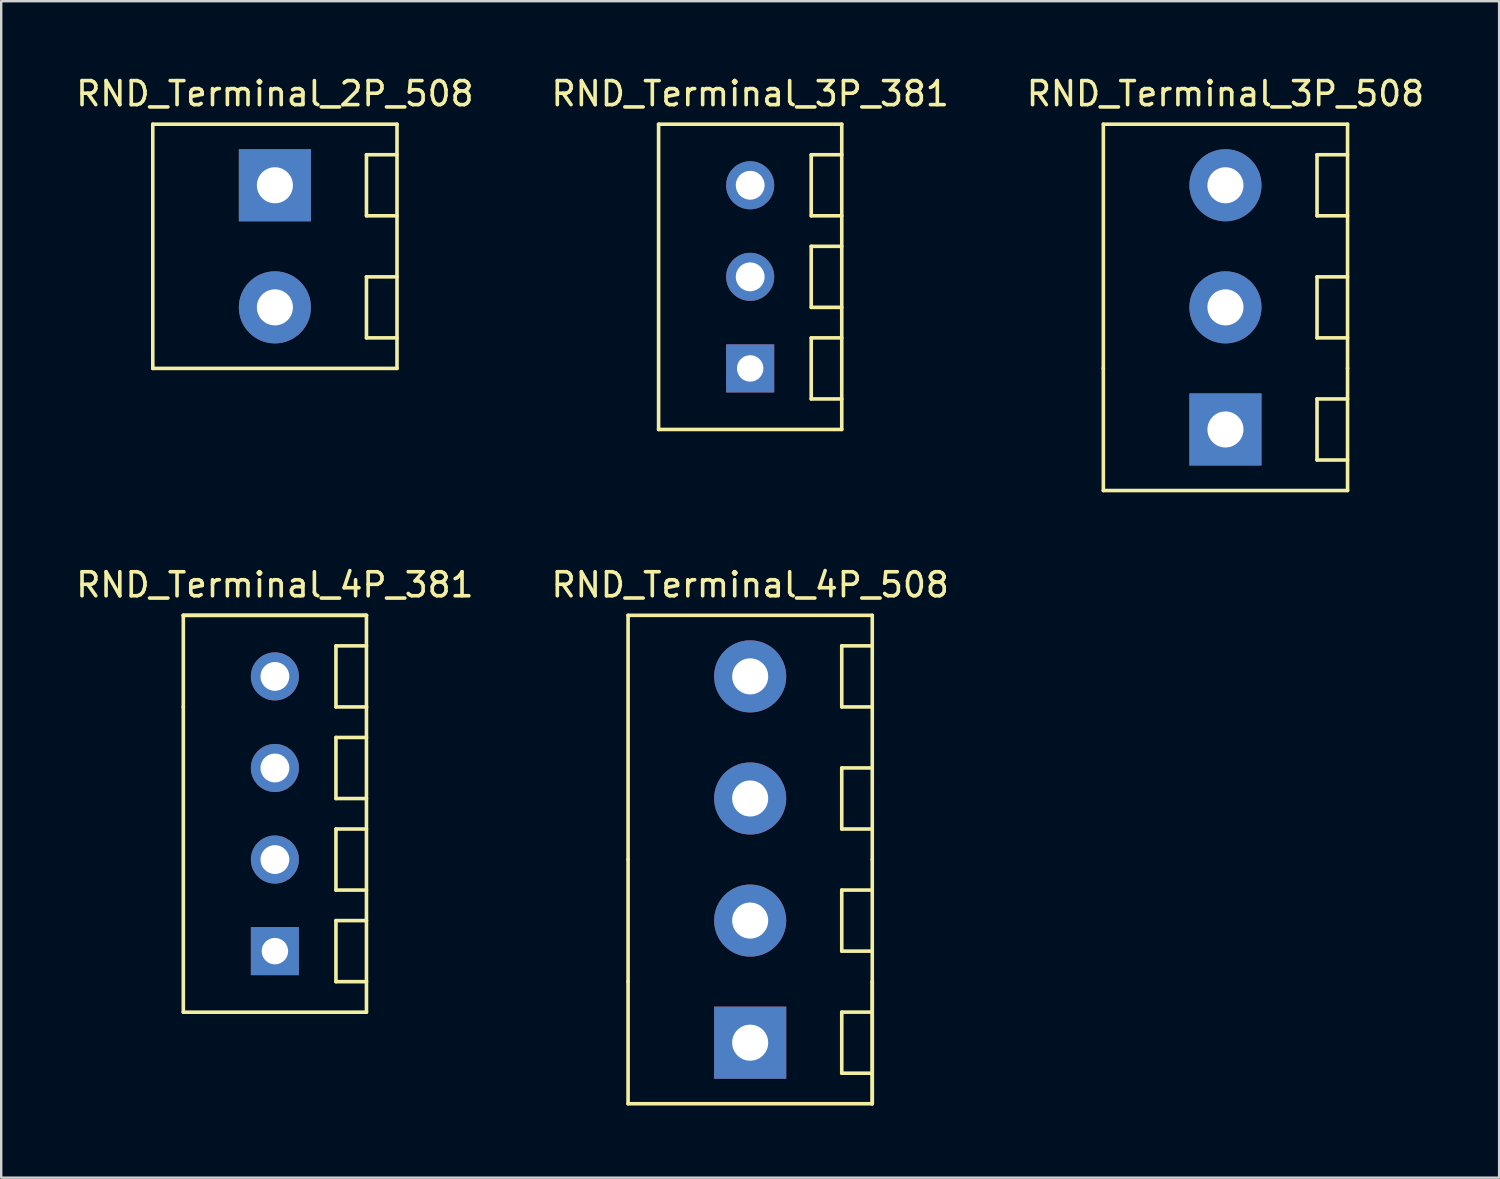
<source format=kicad_pcb>
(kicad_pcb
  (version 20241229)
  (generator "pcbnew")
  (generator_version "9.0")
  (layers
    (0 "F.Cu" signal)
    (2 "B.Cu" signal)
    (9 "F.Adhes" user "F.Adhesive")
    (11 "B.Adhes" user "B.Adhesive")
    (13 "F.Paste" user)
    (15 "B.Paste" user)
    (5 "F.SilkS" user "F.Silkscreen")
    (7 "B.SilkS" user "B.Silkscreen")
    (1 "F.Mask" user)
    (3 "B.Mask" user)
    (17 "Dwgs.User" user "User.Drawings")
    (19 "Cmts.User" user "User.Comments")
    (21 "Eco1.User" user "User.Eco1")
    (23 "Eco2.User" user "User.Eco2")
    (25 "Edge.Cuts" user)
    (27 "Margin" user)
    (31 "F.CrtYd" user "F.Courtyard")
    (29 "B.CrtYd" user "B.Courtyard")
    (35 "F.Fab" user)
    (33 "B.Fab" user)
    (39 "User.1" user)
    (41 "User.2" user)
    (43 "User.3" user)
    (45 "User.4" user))
  (footprint "RND_Terminal_3P_508"
    (layer "F.Cu")
    (at 47.935 7.198)
    (property "Reference" "RND_Terminal_3P_508" (at 0 -6.35 0) (layer "F.SilkS") (effects (font (size 1 1) (thickness 0.15))))
    (attr through_hole)
    (fp_line (start -5.08 -5.08) (end 5.08 -5.08) (stroke (width 0.15) (type solid)) (layer "F.SilkS"))
    (fp_line (start -5.08 5.08) (end -5.08 -5.08) (stroke (width 0.15) (type solid)) (layer "F.SilkS"))
    (fp_line (start -5.08 5.08) (end -5.08 10.16) (stroke (width 0.15) (type solid)) (layer "F.SilkS"))
    (fp_line (start 3.81 -3.81) (end 3.81 -1.27) (stroke (width 0.15) (type solid)) (layer "F.SilkS"))
    (fp_line (start 3.81 -1.27) (end 5.08 -1.27) (stroke (width 0.15) (type solid)) (layer "F.SilkS"))
    (fp_line (start 3.81 1.27) (end 3.81 3.81) (stroke (width 0.15) (type solid)) (layer "F.SilkS"))
    (fp_line (start 3.81 3.81) (end 5.08 3.81) (stroke (width 0.15) (type solid)) (layer "F.SilkS"))
    (fp_line (start 3.81 6.35) (end 3.81 8.89) (stroke (width 0.15) (type solid)) (layer "F.SilkS"))
    (fp_line (start 3.81 8.89) (end 5.08 8.89) (stroke (width 0.15) (type solid)) (layer "F.SilkS"))
    (fp_line (start 5.08 -5.08) (end 5.08 5.08) (stroke (width 0.15) (type solid)) (layer "F.SilkS"))
    (fp_line (start 5.08 -3.81) (end 3.81 -3.81) (stroke (width 0.15) (type solid)) (layer "F.SilkS"))
    (fp_line (start 5.08 1.27) (end 3.81 1.27) (stroke (width 0.15) (type solid)) (layer "F.SilkS"))
    (fp_line (start 5.08 5.08) (end 5.08 10.16) (stroke (width 0.15) (type solid)) (layer "F.SilkS"))
    (fp_line (start 5.08 6.35) (end 3.81 6.35) (stroke (width 0.15) (type solid)) (layer "F.SilkS"))
    (fp_line (start 5.08 10.16) (end -5.08 10.16) (stroke (width 0.15) (type solid)) (layer "F.SilkS"))
    (pad "1" thru_hole circle (at 0 -2.54) (size 3 3) (drill 1.5) (layers "*.Cu" "*.Mask"))
    (pad "2" thru_hole circle (at 0 2.54) (size 3 3) (drill 1.5) (layers "*.Cu" "*.Mask"))
    (pad "3" thru_hole rect (at 0 7.62) (size 3 3) (drill 1.5) (layers "*.Cu" "*.Mask")))
  (footprint "RND_Terminal_2P_508"
    (layer "F.Cu")
    (at 8.387 7.198)
    (property "Reference" "RND_Terminal_2P_508" (at 0 -6.35 0) (layer "F.SilkS") (effects (font (size 1 1) (thickness 0.15))))
    (attr through_hole)
    (fp_line (start -5.08 -5.08) (end 5.08 -5.08) (stroke (width 0.15) (type solid)) (layer "F.SilkS"))
    (fp_line (start -5.08 5.08) (end -5.08 -5.08) (stroke (width 0.15) (type solid)) (layer "F.SilkS"))
    (fp_line (start 3.81 -3.81) (end 3.81 -1.27) (stroke (width 0.15) (type solid)) (layer "F.SilkS"))
    (fp_line (start 3.81 -1.27) (end 5.08 -1.27) (stroke (width 0.15) (type solid)) (layer "F.SilkS"))
    (fp_line (start 3.81 1.27) (end 3.81 3.81) (stroke (width 0.15) (type solid)) (layer "F.SilkS"))
    (fp_line (start 3.81 3.81) (end 5.08 3.81) (stroke (width 0.15) (type solid)) (layer "F.SilkS"))
    (fp_line (start 5.08 -5.08) (end 5.08 5.08) (stroke (width 0.15) (type solid)) (layer "F.SilkS"))
    (fp_line (start 5.08 -3.81) (end 3.81 -3.81) (stroke (width 0.15) (type solid)) (layer "F.SilkS"))
    (fp_line (start 5.08 1.27) (end 3.81 1.27) (stroke (width 0.15) (type solid)) (layer "F.SilkS"))
    (fp_line (start 5.08 5.08) (end -5.08 5.08) (stroke (width 0.15) (type solid)) (layer "F.SilkS"))
    (pad "1" thru_hole rect (at 0 -2.54) (size 3 3) (drill 1.5) (layers "*.Cu" "*.Mask"))
    (pad "2" thru_hole circle (at 0 2.54) (size 3 3) (drill 1.5) (layers "*.Cu" "*.Mask")))
  (footprint "RND_Terminal_4P_381"
    (layer "F.Cu")
    (at 8.387 31.442)
    (property "Reference" "RND_Terminal_4P_381" (at 0 -10.16 0) (layer "F.SilkS") (effects (font (size 1 1) (thickness 0.15))))
    (attr through_hole)
    (fp_line (start -3.81 -8.89) (end -3.81 -5.08) (stroke (width 0.15) (type solid)) (layer "F.SilkS"))
    (fp_line (start -3.81 -8.89) (end 3.81 -8.89) (stroke (width 0.15) (type solid)) (layer "F.SilkS"))
    (fp_line (start -3.81 7.62) (end -3.81 -5.08) (stroke (width 0.15) (type solid)) (layer "F.SilkS"))
    (fp_line (start 2.54 -7.62) (end 3.81 -7.62) (stroke (width 0.15) (type solid)) (layer "F.SilkS"))
    (fp_line (start 2.54 -5.08) (end 2.54 -7.62) (stroke (width 0.15) (type solid)) (layer "F.SilkS"))
    (fp_line (start 2.54 -3.81) (end 2.54 -1.27) (stroke (width 0.15) (type solid)) (layer "F.SilkS"))
    (fp_line (start 2.54 -1.27) (end 3.81 -1.27) (stroke (width 0.15) (type solid)) (layer "F.SilkS"))
    (fp_line (start 2.54 0) (end 2.54 2.54) (stroke (width 0.15) (type solid)) (layer "F.SilkS"))
    (fp_line (start 2.54 2.54) (end 3.81 2.54) (stroke (width 0.15) (type solid)) (layer "F.SilkS"))
    (fp_line (start 2.54 3.81) (end 2.54 6.35) (stroke (width 0.15) (type solid)) (layer "F.SilkS"))
    (fp_line (start 2.54 6.35) (end 3.81 6.35) (stroke (width 0.15) (type solid)) (layer "F.SilkS"))
    (fp_line (start 3.81 -8.89) (end -3.81 -8.89) (stroke (width 0.15) (type solid)) (layer "F.SilkS"))
    (fp_line (start 3.81 -5.08) (end 2.54 -5.08) (stroke (width 0.15) (type solid)) (layer "F.SilkS"))
    (fp_line (start 3.81 -5.08) (end 3.81 -8.89) (stroke (width 0.15) (type solid)) (layer "F.SilkS"))
    (fp_line (start 3.81 -5.08) (end 3.81 7.62) (stroke (width 0.15) (type solid)) (layer "F.SilkS"))
    (fp_line (start 3.81 -3.81) (end 2.54 -3.81) (stroke (width 0.15) (type solid)) (layer "F.SilkS"))
    (fp_line (start 3.81 0) (end 2.54 0) (stroke (width 0.15) (type solid)) (layer "F.SilkS"))
    (fp_line (start 3.81 3.81) (end 2.54 3.81) (stroke (width 0.15) (type solid)) (layer "F.SilkS"))
    (fp_line (start 3.81 7.62) (end -3.81 7.62) (stroke (width 0.15) (type solid)) (layer "F.SilkS"))
    (pad "1" thru_hole circle (at 0 -6.35) (size 2 2) (drill 1.2) (layers "*.Cu" "*.Mask"))
    (pad "2" thru_hole circle (at 0 -2.54) (size 2 2) (drill 1.2) (layers "*.Cu" "*.Mask"))
    (pad "3" thru_hole circle (at 0 1.27) (size 2 2) (drill 1.2) (layers "*.Cu" "*.Mask"))
    (pad "4" thru_hole rect (at 0 5.08) (size 2 2) (drill 1.1) (layers "*.Cu" "*.Mask")))
  (footprint "RND_Terminal_3P_381"
    (layer "F.Cu")
    (at 28.161 7.198)
    (property "Reference" "RND_Terminal_3P_381" (at 0 -6.35 0) (layer "F.SilkS") (effects (font (size 1 1) (thickness 0.15))))
    (attr through_hole)
    (fp_line (start -3.81 -5.08) (end 3.81 -5.08) (stroke (width 0.15) (type solid)) (layer "F.SilkS"))
    (fp_line (start -3.81 7.62) (end -3.81 -5.08) (stroke (width 0.15) (type solid)) (layer "F.SilkS"))
    (fp_line (start 2.54 -3.81) (end 2.54 -1.27) (stroke (width 0.15) (type solid)) (layer "F.SilkS"))
    (fp_line (start 2.54 -1.27) (end 3.81 -1.27) (stroke (width 0.15) (type solid)) (layer "F.SilkS"))
    (fp_line (start 2.54 0) (end 2.54 2.54) (stroke (width 0.15) (type solid)) (layer "F.SilkS"))
    (fp_line (start 2.54 2.54) (end 3.81 2.54) (stroke (width 0.15) (type solid)) (layer "F.SilkS"))
    (fp_line (start 2.54 3.81) (end 2.54 6.35) (stroke (width 0.15) (type solid)) (layer "F.SilkS"))
    (fp_line (start 2.54 6.35) (end 3.81 6.35) (stroke (width 0.15) (type solid)) (layer "F.SilkS"))
    (fp_line (start 3.81 -5.08) (end 3.81 7.62) (stroke (width 0.15) (type solid)) (layer "F.SilkS"))
    (fp_line (start 3.81 -3.81) (end 2.54 -3.81) (stroke (width 0.15) (type solid)) (layer "F.SilkS"))
    (fp_line (start 3.81 0) (end 2.54 0) (stroke (width 0.15) (type solid)) (layer "F.SilkS"))
    (fp_line (start 3.81 3.81) (end 2.54 3.81) (stroke (width 0.15) (type solid)) (layer "F.SilkS"))
    (fp_line (start 3.81 7.62) (end -3.81 7.62) (stroke (width 0.15) (type solid)) (layer "F.SilkS"))
    (pad "1" thru_hole circle (at 0 -2.54) (size 2 2) (drill 1.2) (layers "*.Cu" "*.Mask"))
    (pad "2" thru_hole circle (at 0 1.27) (size 2 2) (drill 1.2) (layers "*.Cu" "*.Mask"))
    (pad "3" thru_hole rect (at 0 5.08) (size 2 2) (drill 1.1) (layers "*.Cu" "*.Mask")))
  (footprint "RND_Terminal_4P_508"
    (layer "F.Cu")
    (at 28.161 27.631)
    (property "Reference" "RND_Terminal_4P_508" (at 0 -6.35 0) (layer "F.SilkS") (effects (font (size 1 1) (thickness 0.15))))
    (attr through_hole)
    (fp_line (start -5.08 -5.08) (end 5.08 -5.08) (stroke (width 0.15) (type solid)) (layer "F.SilkS"))
    (fp_line (start -5.08 5.08) (end -5.08 -5.08) (stroke (width 0.15) (type solid)) (layer "F.SilkS"))
    (fp_line (start -5.08 5.08) (end -5.08 10.16) (stroke (width 0.15) (type solid)) (layer "F.SilkS"))
    (fp_line (start -5.08 10.16) (end -5.08 15.24) (stroke (width 0.15) (type solid)) (layer "F.SilkS"))
    (fp_line (start -5.08 15.24) (end 5.08 15.24) (stroke (width 0.15) (type solid)) (layer "F.SilkS"))
    (fp_line (start 3.81 -3.81) (end 3.81 -1.27) (stroke (width 0.15) (type solid)) (layer "F.SilkS"))
    (fp_line (start 3.81 -1.27) (end 5.08 -1.27) (stroke (width 0.15) (type solid)) (layer "F.SilkS"))
    (fp_line (start 3.81 1.27) (end 3.81 3.81) (stroke (width 0.15) (type solid)) (layer "F.SilkS"))
    (fp_line (start 3.81 3.81) (end 5.08 3.81) (stroke (width 0.15) (type solid)) (layer "F.SilkS"))
    (fp_line (start 3.81 6.35) (end 3.81 8.89) (stroke (width 0.15) (type solid)) (layer "F.SilkS"))
    (fp_line (start 3.81 8.89) (end 5.08 8.89) (stroke (width 0.15) (type solid)) (layer "F.SilkS"))
    (fp_line (start 3.81 11.43) (end 3.81 13.97) (stroke (width 0.15) (type solid)) (layer "F.SilkS"))
    (fp_line (start 3.81 13.97) (end 5.08 13.97) (stroke (width 0.15) (type solid)) (layer "F.SilkS"))
    (fp_line (start 5.08 -5.08) (end 5.08 5.08) (stroke (width 0.15) (type solid)) (layer "F.SilkS"))
    (fp_line (start 5.08 -3.81) (end 3.81 -3.81) (stroke (width 0.15) (type solid)) (layer "F.SilkS"))
    (fp_line (start 5.08 1.27) (end 3.81 1.27) (stroke (width 0.15) (type solid)) (layer "F.SilkS"))
    (fp_line (start 5.08 5.08) (end 5.08 10.16) (stroke (width 0.15) (type solid)) (layer "F.SilkS"))
    (fp_line (start 5.08 6.35) (end 3.81 6.35) (stroke (width 0.15) (type solid)) (layer "F.SilkS"))
    (fp_line (start 5.08 10.16) (end 5.08 15.24) (stroke (width 0.15) (type solid)) (layer "F.SilkS"))
    (fp_line (start 5.08 11.43) (end 3.81 11.43) (stroke (width 0.15) (type solid)) (layer "F.SilkS"))
    (fp_line (start 5.08 15.24) (end 5.08 10.16) (stroke (width 0.15) (type solid)) (layer "F.SilkS"))
    (pad "1" thru_hole circle (at 0 -2.54) (size 3 3) (drill 1.5) (layers "*.Cu" "*.Mask"))
    (pad "2" thru_hole circle (at 0 2.54) (size 3 3) (drill 1.5) (layers "*.Cu" "*.Mask"))
    (pad "3" thru_hole circle (at 0 7.62) (size 3 3) (drill 1.5) (layers "*.Cu" "*.Mask"))
    (pad "4" thru_hole rect (at 0 12.7) (size 3 3) (drill 1.5) (layers "*.Cu" "*.Mask")))
  (gr_rect
    (start -3 -3)
    (end 59.321 45.947)
    (stroke (width 0.1) (type default))
    (fill no)
    (layer "Edge.Cuts")))
</source>
